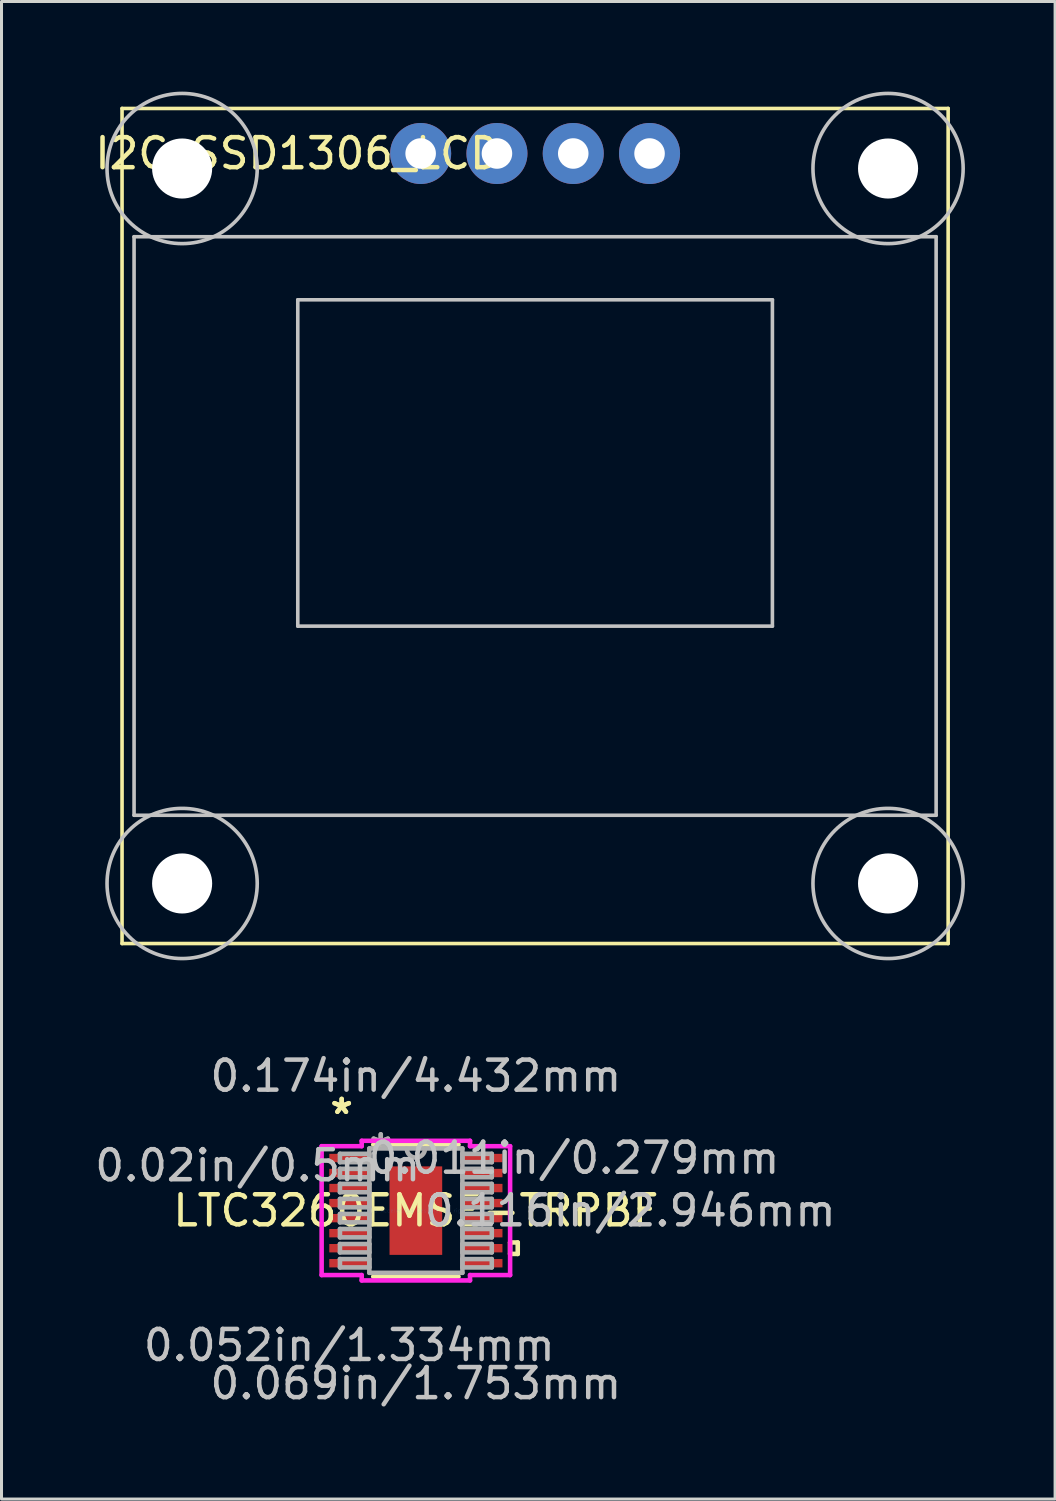
<source format=kicad_pcb>
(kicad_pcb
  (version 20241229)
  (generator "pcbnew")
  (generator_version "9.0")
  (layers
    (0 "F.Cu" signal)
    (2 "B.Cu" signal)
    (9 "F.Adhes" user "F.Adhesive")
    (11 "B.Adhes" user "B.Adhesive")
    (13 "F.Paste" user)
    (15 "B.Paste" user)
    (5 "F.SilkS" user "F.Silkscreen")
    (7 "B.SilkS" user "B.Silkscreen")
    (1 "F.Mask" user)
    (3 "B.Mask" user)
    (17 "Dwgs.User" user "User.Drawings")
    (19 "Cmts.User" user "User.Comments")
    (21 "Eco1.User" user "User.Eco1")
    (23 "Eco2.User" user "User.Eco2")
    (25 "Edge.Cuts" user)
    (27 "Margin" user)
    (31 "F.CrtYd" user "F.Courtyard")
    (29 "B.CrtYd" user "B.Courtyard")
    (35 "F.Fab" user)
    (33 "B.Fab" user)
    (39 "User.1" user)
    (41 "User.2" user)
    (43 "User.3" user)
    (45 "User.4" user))
  (footprint "LTC3260EMSE-TRPBF"
    (layer "F.Cu")
    (at 10.794 37.251)
    (property "Reference" "LTC3260EMSE-TRPBF" (at 0 0 0) (layer "F.SilkS") (effects (font (size 1 1) (thickness 0.15))))
    (attr through_hole)
    (fp_line (start -1.419 2.197) (end 1.419 2.197) (stroke (width 0.152) (type solid)) (layer "F.SilkS"))
    (fp_line (start 1.419 -2.197) (end -1.419 -2.197) (stroke (width 0.152) (type solid)) (layer "F.SilkS"))
    (fp_line (start 3.137 1.06) (end 3.391 1.06) (stroke (width 0.152) (type solid)) (layer "F.SilkS"))
    (fp_line (start 3.137 1.441) (end 3.137 1.06) (stroke (width 0.152) (type solid)) (layer "F.SilkS"))
    (fp_line (start 3.391 1.06) (end 3.391 1.441) (stroke (width 0.152) (type solid)) (layer "F.SilkS"))
    (fp_line (start 3.391 1.441) (end 3.137 1.441) (stroke (width 0.152) (type solid)) (layer "F.SilkS"))
    (fp_line (start -0.776 -1.373) (end -0.776 -0.1) (stroke (width 0.152) (type solid)) (layer "F.Paste"))
    (fp_line (start -0.776 -0.1) (end 0.776 -0.1) (stroke (width 0.152) (type solid)) (layer "F.Paste"))
    (fp_line (start -0.776 0.1) (end -0.776 1.373) (stroke (width 0.152) (type solid)) (layer "F.Paste"))
    (fp_line (start -0.776 1.373) (end 0.776 1.373) (stroke (width 0.152) (type solid)) (layer "F.Paste"))
    (fp_line (start 0.776 -1.373) (end -0.776 -1.373) (stroke (width 0.152) (type solid)) (layer "F.Paste"))
    (fp_line (start 0.776 -0.1) (end 0.776 -1.373) (stroke (width 0.152) (type solid)) (layer "F.Paste"))
    (fp_line (start 0.776 0.1) (end -0.776 0.1) (stroke (width 0.152) (type solid)) (layer "F.Paste"))
    (fp_line (start 0.776 1.373) (end 0.776 0.1) (stroke (width 0.152) (type solid)) (layer "F.Paste"))
    (fp_line (start -3.137 -2.145) (end -1.803 -2.145) (stroke (width 0.152) (type solid)) (layer "F.CrtYd"))
    (fp_line (start -3.137 2.145) (end -3.137 -2.145) (stroke (width 0.152) (type solid)) (layer "F.CrtYd"))
    (fp_line (start -1.803 -2.324) (end 1.803 -2.324) (stroke (width 0.152) (type solid)) (layer "F.CrtYd"))
    (fp_line (start -1.803 -2.145) (end -1.803 -2.324) (stroke (width 0.152) (type solid)) (layer "F.CrtYd"))
    (fp_line (start -1.803 2.145) (end -3.137 2.145) (stroke (width 0.152) (type solid)) (layer "F.CrtYd"))
    (fp_line (start -1.803 2.324) (end -1.803 2.145) (stroke (width 0.152) (type solid)) (layer "F.CrtYd"))
    (fp_line (start 1.803 -2.324) (end 1.803 -2.145) (stroke (width 0.152) (type solid)) (layer "F.CrtYd"))
    (fp_line (start 1.803 -2.145) (end 3.137 -2.145) (stroke (width 0.152) (type solid)) (layer "F.CrtYd"))
    (fp_line (start 1.803 2.145) (end 1.803 2.324) (stroke (width 0.152) (type solid)) (layer "F.CrtYd"))
    (fp_line (start 1.803 2.324) (end -1.803 2.324) (stroke (width 0.152) (type solid)) (layer "F.CrtYd"))
    (fp_line (start 3.137 -2.145) (end 3.137 2.145) (stroke (width 0.152) (type solid)) (layer "F.CrtYd"))
    (fp_line (start 3.137 2.145) (end 1.803 2.145) (stroke (width 0.152) (type solid)) (layer "F.CrtYd"))
    (fp_line (start -2.527 -1.891) (end -2.527 -1.612) (stroke (width 0.152) (type solid)) (layer "F.Fab"))
    (fp_line (start -2.527 -1.612) (end -1.549 -1.612) (stroke (width 0.152) (type solid)) (layer "F.Fab"))
    (fp_line (start -2.527 -1.391) (end -2.527 -1.111) (stroke (width 0.152) (type solid)) (layer "F.Fab"))
    (fp_line (start -2.527 -1.111) (end -1.549 -1.111) (stroke (width 0.152) (type solid)) (layer "F.Fab"))
    (fp_line (start -2.527 -0.89) (end -2.527 -0.611) (stroke (width 0.152) (type solid)) (layer "F.Fab"))
    (fp_line (start -2.527 -0.611) (end -1.549 -0.611) (stroke (width 0.152) (type solid)) (layer "F.Fab"))
    (fp_line (start -2.527 -0.39) (end -2.527 -0.11) (stroke (width 0.152) (type solid)) (layer "F.Fab"))
    (fp_line (start -2.527 -0.11) (end -1.549 -0.11) (stroke (width 0.152) (type solid)) (layer "F.Fab"))
    (fp_line (start -2.527 0.11) (end -2.527 0.39) (stroke (width 0.152) (type solid)) (layer "F.Fab"))
    (fp_line (start -2.527 0.39) (end -1.549 0.39) (stroke (width 0.152) (type solid)) (layer "F.Fab"))
    (fp_line (start -2.527 0.611) (end -2.527 0.89) (stroke (width 0.152) (type solid)) (layer "F.Fab"))
    (fp_line (start -2.527 0.89) (end -1.549 0.89) (stroke (width 0.152) (type solid)) (layer "F.Fab"))
    (fp_line (start -2.527 1.111) (end -2.527 1.391) (stroke (width 0.152) (type solid)) (layer "F.Fab"))
    (fp_line (start -2.527 1.391) (end -1.549 1.391) (stroke (width 0.152) (type solid)) (layer "F.Fab"))
    (fp_line (start -2.527 1.612) (end -2.527 1.891) (stroke (width 0.152) (type solid)) (layer "F.Fab"))
    (fp_line (start -2.527 1.891) (end -1.549 1.891) (stroke (width 0.152) (type solid)) (layer "F.Fab"))
    (fp_line (start -1.549 -2.07) (end -1.549 2.07) (stroke (width 0.152) (type solid)) (layer "F.Fab"))
    (fp_line (start -1.549 -1.891) (end -2.527 -1.891) (stroke (width 0.152) (type solid)) (layer "F.Fab"))
    (fp_line (start -1.549 -1.612) (end -1.549 -1.891) (stroke (width 0.152) (type solid)) (layer "F.Fab"))
    (fp_line (start -1.549 -1.391) (end -2.527 -1.391) (stroke (width 0.152) (type solid)) (layer "F.Fab"))
    (fp_line (start -1.549 -1.111) (end -1.549 -1.391) (stroke (width 0.152) (type solid)) (layer "F.Fab"))
    (fp_line (start -1.549 -0.89) (end -2.527 -0.89) (stroke (width 0.152) (type solid)) (layer "F.Fab"))
    (fp_line (start -1.549 -0.611) (end -1.549 -0.89) (stroke (width 0.152) (type solid)) (layer "F.Fab"))
    (fp_line (start -1.549 -0.39) (end -2.527 -0.39) (stroke (width 0.152) (type solid)) (layer "F.Fab"))
    (fp_line (start -1.549 -0.11) (end -1.549 -0.39) (stroke (width 0.152) (type solid)) (layer "F.Fab"))
    (fp_line (start -1.549 0.11) (end -2.527 0.11) (stroke (width 0.152) (type solid)) (layer "F.Fab"))
    (fp_line (start -1.549 0.39) (end -1.549 0.11) (stroke (width 0.152) (type solid)) (layer "F.Fab"))
    (fp_line (start -1.549 0.611) (end -2.527 0.611) (stroke (width 0.152) (type solid)) (layer "F.Fab"))
    (fp_line (start -1.549 0.89) (end -1.549 0.611) (stroke (width 0.152) (type solid)) (layer "F.Fab"))
    (fp_line (start -1.549 1.111) (end -2.527 1.111) (stroke (width 0.152) (type solid)) (layer "F.Fab"))
    (fp_line (start -1.549 1.391) (end -1.549 1.111) (stroke (width 0.152) (type solid)) (layer "F.Fab"))
    (fp_line (start -1.549 1.612) (end -2.527 1.612) (stroke (width 0.152) (type solid)) (layer "F.Fab"))
    (fp_line (start -1.549 1.891) (end -1.549 1.612) (stroke (width 0.152) (type solid)) (layer "F.Fab"))
    (fp_line (start -1.549 2.07) (end 1.549 2.07) (stroke (width 0.152) (type solid)) (layer "F.Fab"))
    (fp_line (start 1.549 -2.07) (end -1.549 -2.07) (stroke (width 0.152) (type solid)) (layer "F.Fab"))
    (fp_line (start 1.549 -1.891) (end 1.549 -1.612) (stroke (width 0.152) (type solid)) (layer "F.Fab"))
    (fp_line (start 1.549 -1.612) (end 2.527 -1.612) (stroke (width 0.152) (type solid)) (layer "F.Fab"))
    (fp_line (start 1.549 -1.391) (end 1.549 -1.111) (stroke (width 0.152) (type solid)) (layer "F.Fab"))
    (fp_line (start 1.549 -1.111) (end 2.527 -1.111) (stroke (width 0.152) (type solid)) (layer "F.Fab"))
    (fp_line (start 1.549 -0.89) (end 1.549 -0.611) (stroke (width 0.152) (type solid)) (layer "F.Fab"))
    (fp_line (start 1.549 -0.611) (end 2.527 -0.611) (stroke (width 0.152) (type solid)) (layer "F.Fab"))
    (fp_line (start 1.549 -0.39) (end 1.549 -0.11) (stroke (width 0.152) (type solid)) (layer "F.Fab"))
    (fp_line (start 1.549 -0.11) (end 2.527 -0.11) (stroke (width 0.152) (type solid)) (layer "F.Fab"))
    (fp_line (start 1.549 0.11) (end 1.549 0.39) (stroke (width 0.152) (type solid)) (layer "F.Fab"))
    (fp_line (start 1.549 0.39) (end 2.527 0.39) (stroke (width 0.152) (type solid)) (layer "F.Fab"))
    (fp_line (start 1.549 0.611) (end 1.549 0.89) (stroke (width 0.152) (type solid)) (layer "F.Fab"))
    (fp_line (start 1.549 0.89) (end 2.527 0.89) (stroke (width 0.152) (type solid)) (layer "F.Fab"))
    (fp_line (start 1.549 1.111) (end 1.549 1.391) (stroke (width 0.152) (type solid)) (layer "F.Fab"))
    (fp_line (start 1.549 1.391) (end 2.527 1.391) (stroke (width 0.152) (type solid)) (layer "F.Fab"))
    (fp_line (start 1.549 1.612) (end 1.549 1.891) (stroke (width 0.152) (type solid)) (layer "F.Fab"))
    (fp_line (start 1.549 1.891) (end 2.527 1.891) (stroke (width 0.152) (type solid)) (layer "F.Fab"))
    (fp_line (start 1.549 2.07) (end 1.549 -2.07) (stroke (width 0.152) (type solid)) (layer "F.Fab"))
    (fp_line (start 2.527 -1.891) (end 1.549 -1.891) (stroke (width 0.152) (type solid)) (layer "F.Fab"))
    (fp_line (start 2.527 -1.612) (end 2.527 -1.891) (stroke (width 0.152) (type solid)) (layer "F.Fab"))
    (fp_line (start 2.527 -1.391) (end 1.549 -1.391) (stroke (width 0.152) (type solid)) (layer "F.Fab"))
    (fp_line (start 2.527 -1.111) (end 2.527 -1.391) (stroke (width 0.152) (type solid)) (layer "F.Fab"))
    (fp_line (start 2.527 -0.89) (end 1.549 -0.89) (stroke (width 0.152) (type solid)) (layer "F.Fab"))
    (fp_line (start 2.527 -0.611) (end 2.527 -0.89) (stroke (width 0.152) (type solid)) (layer "F.Fab"))
    (fp_line (start 2.527 -0.39) (end 1.549 -0.39) (stroke (width 0.152) (type solid)) (layer "F.Fab"))
    (fp_line (start 2.527 -0.11) (end 2.527 -0.39) (stroke (width 0.152) (type solid)) (layer "F.Fab"))
    (fp_line (start 2.527 0.11) (end 1.549 0.11) (stroke (width 0.152) (type solid)) (layer "F.Fab"))
    (fp_line (start 2.527 0.39) (end 2.527 0.11) (stroke (width 0.152) (type solid)) (layer "F.Fab"))
    (fp_line (start 2.527 0.611) (end 1.549 0.611) (stroke (width 0.152) (type solid)) (layer "F.Fab"))
    (fp_line (start 2.527 0.89) (end 2.527 0.611) (stroke (width 0.152) (type solid)) (layer "F.Fab"))
    (fp_line (start 2.527 1.111) (end 1.549 1.111) (stroke (width 0.152) (type solid)) (layer "F.Fab"))
    (fp_line (start 2.527 1.391) (end 2.527 1.111) (stroke (width 0.152) (type solid)) (layer "F.Fab"))
    (fp_line (start 2.527 1.612) (end 1.549 1.612) (stroke (width 0.152) (type solid)) (layer "F.Fab"))
    (fp_line (start 2.527 1.891) (end 2.527 1.612) (stroke (width 0.152) (type solid)) (layer "F.Fab"))
    (fp_arc (start 0.3048 -2.0701) (mid 0 -1.7653) (end -0.3048 -2.0701) (stroke (width 0.1524) (type solid)) (layer "F.Fab"))
    (fp_text user "*" (at -2.47 -3.174 0) (layer "F.SilkS") (effects (font (size 1 1) (thickness 0.15))))
    (fp_text user "*" (at -2.47 -3.174 0) (layer "F.SilkS") (effects (font (size 1 1) (thickness 0.15))))
    (fp_text user "0.052in/1.334mm" (at -2.216 4.483 0) (layer "Dwgs.User") (effects (font (size 1 1) (thickness 0.15))))
    (fp_text user "0.174in/4.432mm" (at 0 -4.483 0) (layer "Dwgs.User") (effects (font (size 1 1) (thickness 0.15))))
    (fp_text user "0.011in/0.279mm" (at 5.264 -1.751 0) (layer "Dwgs.User") (effects (font (size 1 1) (thickness 0.15))))
    (fp_text user "0.116in/2.946mm" (at 7.137 0 0) (layer "Dwgs.User") (effects (font (size 1 1) (thickness 0.15))))
    (fp_text user "0.069in/1.753mm" (at 0 5.753 0) (layer "Dwgs.User") (effects (font (size 1 1) (thickness 0.15))))
    (fp_text user "0.02in/0.5mm" (at -5.264 -1.501 0) (layer "Dwgs.User") (effects (font (size 1 1) (thickness 0.15))))
    (fp_text user "Copyright 2016 Accelerated Designs. All rights reserved." (at 0 0 0) (layer "Cmts.User") (effects (font (size 0.127 0.127) (thickness 0.002))))
    (fp_text user "*" (at -1.168 -1.994 0) (layer "F.Fab") (effects (font (size 1 1) (thickness 0.15))))
    (fp_text user "*" (at -1.168 -1.994 0) (layer "F.Fab") (effects (font (size 1 1) (thickness 0.15))))
    (pad "1" smd rect (at -2.216 -1.751) (size 1.333 0.279) (layers "F.Cu" "F.Mask" "F.Paste"))
    (pad "2" smd rect (at -2.216 -1.251) (size 1.333 0.279) (layers "F.Cu" "F.Mask" "F.Paste"))
    (pad "3" smd rect (at -2.216 -0.751) (size 1.333 0.279) (layers "F.Cu" "F.Mask" "F.Paste"))
    (pad "4" smd rect (at -2.216 -0.25) (size 1.333 0.279) (layers "F.Cu" "F.Mask" "F.Paste"))
    (pad "5" smd rect (at -2.216 0.25) (size 1.333 0.279) (layers "F.Cu" "F.Mask" "F.Paste"))
    (pad "6" smd rect (at -2.216 0.751) (size 1.333 0.279) (layers "F.Cu" "F.Mask" "F.Paste"))
    (pad "7" smd rect (at -2.216 1.251) (size 1.333 0.279) (layers "F.Cu" "F.Mask" "F.Paste"))
    (pad "8" smd rect (at -2.216 1.751) (size 1.333 0.279) (layers "F.Cu" "F.Mask" "F.Paste"))
    (pad "9" smd rect (at 2.216 1.751) (size 1.333 0.279) (layers "F.Cu" "F.Mask" "F.Paste"))
    (pad "10" smd rect (at 2.216 1.251) (size 1.333 0.279) (layers "F.Cu" "F.Mask" "F.Paste"))
    (pad "11" smd rect (at 2.216 0.751) (size 1.333 0.279) (layers "F.Cu" "F.Mask" "F.Paste"))
    (pad "12" smd rect (at 2.216 0.25) (size 1.333 0.279) (layers "F.Cu" "F.Mask" "F.Paste"))
    (pad "13" smd rect (at 2.216 -0.25) (size 1.333 0.279) (layers "F.Cu" "F.Mask" "F.Paste"))
    (pad "14" smd rect (at 2.216 -0.751) (size 1.333 0.279) (layers "F.Cu" "F.Mask" "F.Paste"))
    (pad "15" smd rect (at 2.216 -1.251) (size 1.333 0.279) (layers "F.Cu" "F.Mask" "F.Paste"))
    (pad "16" smd rect (at 2.216 -1.751) (size 1.333 0.279) (layers "F.Cu" "F.Mask" "F.Paste"))
    (pad "EPAD" smd rect (at 0 0) (size 1.753 2.946) (layers "F.Cu" "F.Mask" "F.Paste")))
  (footprint "I2C_SSD1306_LCD"
    (layer "F.Cu")
    (at 14.763 0.56)
    (property "Reference" "I2C_SSD1306_LCD" (at -7.9 1.5 0) (layer "F.SilkS") (effects (font (size 1 1) (thickness 0.15))))
    (attr through_hole)
    (fp_line (start -13.75 0) (end -13.75 27.8) (stroke (width 0.12) (type solid)) (layer "F.SilkS"))
    (fp_line (start -13.75 0) (end 13.75 0) (stroke (width 0.12) (type solid)) (layer "F.SilkS"))
    (fp_line (start -13.75 27.8) (end 13.75 27.8) (stroke (width 0.12) (type solid)) (layer "F.SilkS"))
    (fp_line (start 13.75 0) (end 13.75 27.8) (stroke (width 0.12) (type solid)) (layer "F.SilkS"))
    (fp_line (start -13.35 4.27) (end 13.35 4.27) (stroke (width 0.12) (type solid)) (layer "Dwgs.User"))
    (fp_line (start -13.35 23.53) (end -13.35 4.27) (stroke (width 0.12) (type solid)) (layer "Dwgs.User"))
    (fp_line (start -7.9 6.37) (end 7.9 6.37) (stroke (width 0.12) (type solid)) (layer "Dwgs.User"))
    (fp_line (start -7.9 17.234) (end -7.9 6.37) (stroke (width 0.12) (type solid)) (layer "Dwgs.User"))
    (fp_line (start 7.9 6.37) (end 7.9 17.234) (stroke (width 0.12) (type solid)) (layer "Dwgs.User"))
    (fp_line (start 7.9 17.234) (end -7.9 17.234) (stroke (width 0.12) (type solid)) (layer "Dwgs.User"))
    (fp_line (start 13.35 4.27) (end 13.35 23.53) (stroke (width 0.12) (type solid)) (layer "Dwgs.User"))
    (fp_line (start 13.35 23.53) (end -13.35 23.53) (stroke (width 0.12) (type solid)) (layer "Dwgs.User"))
    (fp_circle (center -11.75 2) (end -9.25 2) (stroke (width 0.12) (type solid)) (fill no) (layer "Dwgs.User"))
    (fp_circle (center -11.75 25.8) (end -9.25 25.8) (stroke (width 0.12) (type solid)) (fill no) (layer "Dwgs.User"))
    (fp_circle (center 11.75 2) (end 14.25 2) (stroke (width 0.12) (type solid)) (fill no) (layer "Dwgs.User"))
    (fp_circle (center 11.75 25.8) (end 14.25 25.8) (stroke (width 0.12) (type solid)) (fill no) (layer "Dwgs.User"))
    (fp_circle (center -11.75 25.8) (end -10.75 25.8) (stroke (width 0.12) (type solid)) (fill no) (layer "Eco2.User"))
    (pad "" np_thru_hole circle (at -11.75 2) (size 2 2) (drill 2) (layers "*.Cu" "*.Mask"))
    (pad "" np_thru_hole circle (at -11.75 25.8) (size 2 2) (drill 2) (layers "*.Cu" "*.Mask"))
    (pad "" np_thru_hole circle (at 11.75 2) (size 2 2) (drill 2) (layers "*.Cu" "*.Mask"))
    (pad "" np_thru_hole circle (at 11.75 25.8) (size 2 2) (drill 2) (layers "*.Cu" "*.Mask"))
    (pad "1" thru_hole oval (at -3.81 1.5) (size 2.032 2.032) (drill 1.016) (layers "*.Cu" "*.Mask"))
    (pad "2" thru_hole oval (at -1.27 1.5) (size 2.032 2.032) (drill 1.016) (layers "*.Cu" "*.Mask"))
    (pad "3" thru_hole oval (at 1.27 1.5) (size 2.032 2.032) (drill 1.016) (layers "*.Cu" "*.Mask"))
    (pad "4" thru_hole oval (at 3.81 1.5) (size 2.032 2.032) (drill 1.016) (layers "*.Cu" "*.Mask")))
  (gr_rect
    (start -3 -3)
    (end 32.073 46.853)
    (stroke (width 0.1) (type default))
    (fill no)
    (layer "Edge.Cuts")))
</source>
